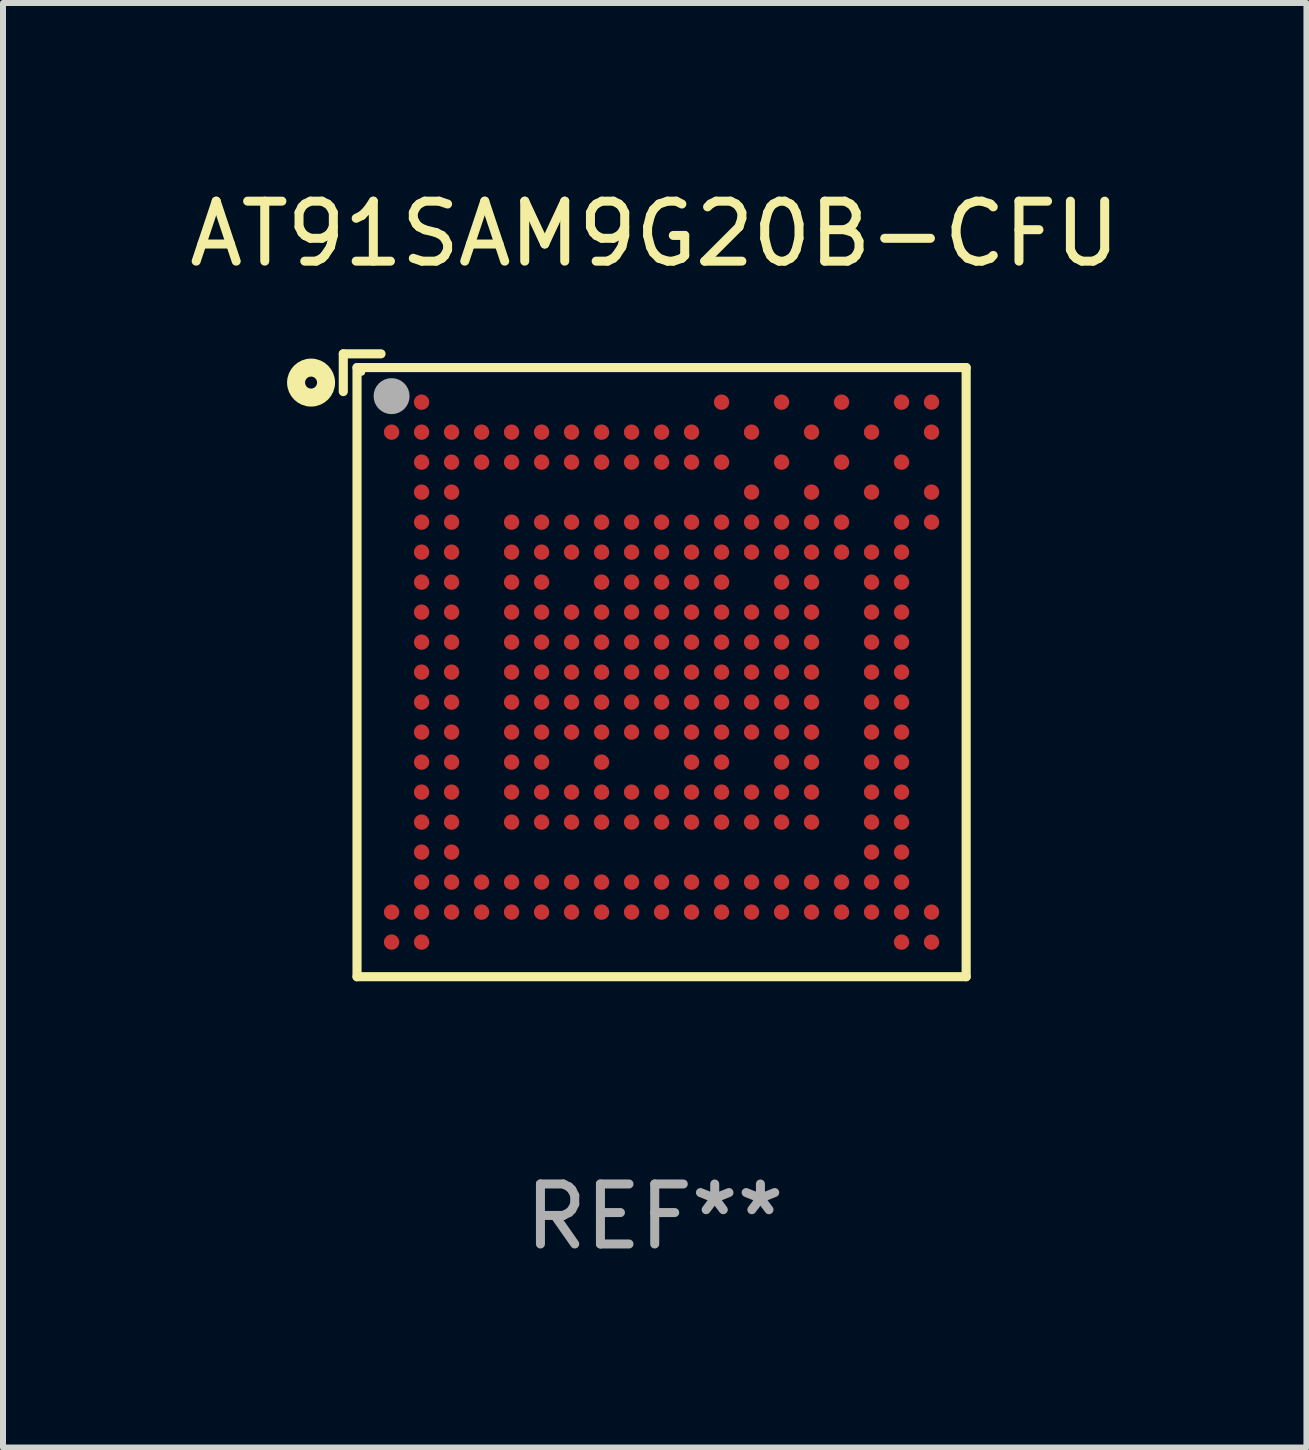
<source format=kicad_pcb>
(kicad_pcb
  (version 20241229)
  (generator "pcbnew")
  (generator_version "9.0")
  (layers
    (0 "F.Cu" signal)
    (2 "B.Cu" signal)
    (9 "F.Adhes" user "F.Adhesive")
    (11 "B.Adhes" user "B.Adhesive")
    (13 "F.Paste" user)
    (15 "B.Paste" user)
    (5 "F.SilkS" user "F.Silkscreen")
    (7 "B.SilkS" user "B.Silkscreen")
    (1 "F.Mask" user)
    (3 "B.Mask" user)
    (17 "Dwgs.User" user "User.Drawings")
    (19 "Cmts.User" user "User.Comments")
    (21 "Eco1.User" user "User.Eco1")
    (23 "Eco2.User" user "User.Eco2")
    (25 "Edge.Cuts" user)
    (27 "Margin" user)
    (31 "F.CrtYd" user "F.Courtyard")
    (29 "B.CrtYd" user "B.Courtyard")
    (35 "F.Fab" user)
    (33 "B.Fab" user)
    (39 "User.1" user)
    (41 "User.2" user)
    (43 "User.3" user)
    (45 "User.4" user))
  (footprint "AT91SAM9G20B-CFU"
    (layer "F.Cu")
    (at 7.863 8.039)
    (property "Reference" "AT91SAM9G20B-CFU" (at 0 -7.191 0) (layer "F.SilkS") (effects (font (size 1 1) (thickness 0.15))))
    (attr through_hole)
    (fp_line (start -5.191 -5.191) (end -4.562 -5.191) (stroke (width 0.152) (type solid)) (layer "F.SilkS"))
    (fp_line (start -5.191 -4.562) (end -5.191 -5.191) (stroke (width 0.152) (type solid)) (layer "F.SilkS"))
    (fp_line (start -4.962 -4.962) (end 5.191 -4.962) (stroke (width 0.152) (type solid)) (layer "F.SilkS"))
    (fp_line (start -4.962 5.191) (end -4.962 -4.962) (stroke (width 0.152) (type solid)) (layer "F.SilkS"))
    (fp_line (start 5.191 -4.962) (end 5.191 5.191) (stroke (width 0.152) (type solid)) (layer "F.SilkS"))
    (fp_line (start 5.191 5.191) (end -4.962 5.191) (stroke (width 0.152) (type solid)) (layer "F.SilkS"))
    (fp_circle (center -5.728 -4.712) (end -5.478 -4.712) (stroke (width 0.3) (type solid)) (fill no) (layer "F.SilkS"))
    (fp_circle (center -4.886 -4.886) (end -4.856 -4.886) (stroke (width 0.06) (type solid)) (fill no) (layer "F.SilkS"))
    (fp_circle (center -4.386 -4.486) (end -4.236 -4.486) (stroke (width 0.3) (type solid)) (fill no) (layer "F.Fab"))
    (fp_text user "REF**" (at 0 9.191 0) (layer "F.Fab") (effects (font (size 1 1) (thickness 0.15))))
    (pad "A1" smd circle (at -4.386 -4.386) (size 0.256 0.256) (layers "F.Cu" "F.Mask" "F.Paste"))
    (pad "A2" smd circle (at -3.886 -4.386) (size 0.256 0.256) (layers "F.Cu" "F.Mask" "F.Paste"))
    (pad "A12" smd circle (at 1.114 -4.386) (size 0.256 0.256) (layers "F.Cu" "F.Mask" "F.Paste"))
    (pad "A14" smd circle (at 2.114 -4.386) (size 0.256 0.256) (layers "F.Cu" "F.Mask" "F.Paste"))
    (pad "A16" smd circle (at 3.114 -4.386) (size 0.256 0.256) (layers "F.Cu" "F.Mask" "F.Paste"))
    (pad "A18" smd circle (at 4.114 -4.386) (size 0.256 0.256) (layers "F.Cu" "F.Mask" "F.Paste"))
    (pad "A19" smd circle (at 4.614 -4.386) (size 0.256 0.256) (layers "F.Cu" "F.Mask" "F.Paste"))
    (pad "B1" smd circle (at -4.386 -3.886) (size 0.256 0.256) (layers "F.Cu" "F.Mask" "F.Paste"))
    (pad "B2" smd circle (at -3.886 -3.886) (size 0.256 0.256) (layers "F.Cu" "F.Mask" "F.Paste"))
    (pad "B3" smd circle (at -3.386 -3.886) (size 0.256 0.256) (layers "F.Cu" "F.Mask" "F.Paste"))
    (pad "B4" smd circle (at -2.886 -3.886) (size 0.256 0.256) (layers "F.Cu" "F.Mask" "F.Paste"))
    (pad "B5" smd circle (at -2.386 -3.886) (size 0.256 0.256) (layers "F.Cu" "F.Mask" "F.Paste"))
    (pad "B6" smd circle (at -1.886 -3.886) (size 0.256 0.256) (layers "F.Cu" "F.Mask" "F.Paste"))
    (pad "B7" smd circle (at -1.386 -3.886) (size 0.256 0.256) (layers "F.Cu" "F.Mask" "F.Paste"))
    (pad "B8" smd circle (at -0.886 -3.886) (size 0.256 0.256) (layers "F.Cu" "F.Mask" "F.Paste"))
    (pad "B9" smd circle (at -0.386 -3.886) (size 0.256 0.256) (layers "F.Cu" "F.Mask" "F.Paste"))
    (pad "B10" smd circle (at 0.114 -3.886) (size 0.256 0.256) (layers "F.Cu" "F.Mask" "F.Paste"))
    (pad "B11" smd circle (at 0.614 -3.886) (size 0.256 0.256) (layers "F.Cu" "F.Mask" "F.Paste"))
    (pad "B13" smd circle (at 1.614 -3.886) (size 0.256 0.256) (layers "F.Cu" "F.Mask" "F.Paste"))
    (pad "B15" smd circle (at 2.614 -3.886) (size 0.256 0.256) (layers "F.Cu" "F.Mask" "F.Paste"))
    (pad "B17" smd circle (at 3.614 -3.886) (size 0.256 0.256) (layers "F.Cu" "F.Mask" "F.Paste"))
    (pad "B19" smd circle (at 4.614 -3.886) (size 0.256 0.256) (layers "F.Cu" "F.Mask" "F.Paste"))
    (pad "C2" smd circle (at -3.886 -3.386) (size 0.256 0.256) (layers "F.Cu" "F.Mask" "F.Paste"))
    (pad "C3" smd circle (at -3.386 -3.386) (size 0.256 0.256) (layers "F.Cu" "F.Mask" "F.Paste"))
    (pad "C4" smd circle (at -2.886 -3.386) (size 0.256 0.256) (layers "F.Cu" "F.Mask" "F.Paste"))
    (pad "C5" smd circle (at -2.386 -3.386) (size 0.256 0.256) (layers "F.Cu" "F.Mask" "F.Paste"))
    (pad "C6" smd circle (at -1.886 -3.386) (size 0.256 0.256) (layers "F.Cu" "F.Mask" "F.Paste"))
    (pad "C7" smd circle (at -1.386 -3.386) (size 0.256 0.256) (layers "F.Cu" "F.Mask" "F.Paste"))
    (pad "C8" smd circle (at -0.886 -3.386) (size 0.256 0.256) (layers "F.Cu" "F.Mask" "F.Paste"))
    (pad "C9" smd circle (at -0.386 -3.386) (size 0.256 0.256) (layers "F.Cu" "F.Mask" "F.Paste"))
    (pad "C10" smd circle (at 0.114 -3.386) (size 0.256 0.256) (layers "F.Cu" "F.Mask" "F.Paste"))
    (pad "C11" smd circle (at 0.614 -3.386) (size 0.256 0.256) (layers "F.Cu" "F.Mask" "F.Paste"))
    (pad "C12" smd circle (at 1.114 -3.386) (size 0.256 0.256) (layers "F.Cu" "F.Mask" "F.Paste"))
    (pad "C14" smd circle (at 2.114 -3.386) (size 0.256 0.256) (layers "F.Cu" "F.Mask" "F.Paste"))
    (pad "C16" smd circle (at 3.114 -3.386) (size 0.256 0.256) (layers "F.Cu" "F.Mask" "F.Paste"))
    (pad "C18" smd circle (at 4.114 -3.386) (size 0.256 0.256) (layers "F.Cu" "F.Mask" "F.Paste"))
    (pad "D2" smd circle (at -3.886 -2.886) (size 0.256 0.256) (layers "F.Cu" "F.Mask" "F.Paste"))
    (pad "D3" smd circle (at -3.386 -2.886) (size 0.256 0.256) (layers "F.Cu" "F.Mask" "F.Paste"))
    (pad "D13" smd circle (at 1.614 -2.886) (size 0.256 0.256) (layers "F.Cu" "F.Mask" "F.Paste"))
    (pad "D15" smd circle (at 2.614 -2.886) (size 0.256 0.256) (layers "F.Cu" "F.Mask" "F.Paste"))
    (pad "D17" smd circle (at 3.614 -2.886) (size 0.256 0.256) (layers "F.Cu" "F.Mask" "F.Paste"))
    (pad "D19" smd circle (at 4.614 -2.886) (size 0.256 0.256) (layers "F.Cu" "F.Mask" "F.Paste"))
    (pad "E2" smd circle (at -3.886 -2.386) (size 0.256 0.256) (layers "F.Cu" "F.Mask" "F.Paste"))
    (pad "E3" smd circle (at -3.386 -2.386) (size 0.256 0.256) (layers "F.Cu" "F.Mask" "F.Paste"))
    (pad "E5" smd circle (at -2.386 -2.386) (size 0.256 0.256) (layers "F.Cu" "F.Mask" "F.Paste"))
    (pad "E6" smd circle (at -1.886 -2.386) (size 0.256 0.256) (layers "F.Cu" "F.Mask" "F.Paste"))
    (pad "E7" smd circle (at -1.386 -2.386) (size 0.256 0.256) (layers "F.Cu" "F.Mask" "F.Paste"))
    (pad "E8" smd circle (at -0.886 -2.386) (size 0.256 0.256) (layers "F.Cu" "F.Mask" "F.Paste"))
    (pad "E9" smd circle (at -0.386 -2.386) (size 0.256 0.256) (layers "F.Cu" "F.Mask" "F.Paste"))
    (pad "E10" smd circle (at 0.114 -2.386) (size 0.256 0.256) (layers "F.Cu" "F.Mask" "F.Paste"))
    (pad "E11" smd circle (at 0.614 -2.386) (size 0.256 0.256) (layers "F.Cu" "F.Mask" "F.Paste"))
    (pad "E12" smd circle (at 1.114 -2.386) (size 0.256 0.256) (layers "F.Cu" "F.Mask" "F.Paste"))
    (pad "E13" smd circle (at 1.614 -2.386) (size 0.256 0.256) (layers "F.Cu" "F.Mask" "F.Paste"))
    (pad "E14" smd circle (at 2.114 -2.386) (size 0.256 0.256) (layers "F.Cu" "F.Mask" "F.Paste"))
    (pad "E15" smd circle (at 2.614 -2.386) (size 0.256 0.256) (layers "F.Cu" "F.Mask" "F.Paste"))
    (pad "E16" smd circle (at 3.114 -2.386) (size 0.256 0.256) (layers "F.Cu" "F.Mask" "F.Paste"))
    (pad "E18" smd circle (at 4.114 -2.386) (size 0.256 0.256) (layers "F.Cu" "F.Mask" "F.Paste"))
    (pad "E19" smd circle (at 4.614 -2.386) (size 0.256 0.256) (layers "F.Cu" "F.Mask" "F.Paste"))
    (pad "F2" smd circle (at -3.886 -1.886) (size 0.256 0.256) (layers "F.Cu" "F.Mask" "F.Paste"))
    (pad "F3" smd circle (at -3.386 -1.886) (size 0.256 0.256) (layers "F.Cu" "F.Mask" "F.Paste"))
    (pad "F5" smd circle (at -2.386 -1.886) (size 0.256 0.256) (layers "F.Cu" "F.Mask" "F.Paste"))
    (pad "F6" smd circle (at -1.886 -1.886) (size 0.256 0.256) (layers "F.Cu" "F.Mask" "F.Paste"))
    (pad "F7" smd circle (at -1.386 -1.886) (size 0.256 0.256) (layers "F.Cu" "F.Mask" "F.Paste"))
    (pad "F8" smd circle (at -0.886 -1.886) (size 0.256 0.256) (layers "F.Cu" "F.Mask" "F.Paste"))
    (pad "F9" smd circle (at -0.386 -1.886) (size 0.256 0.256) (layers "F.Cu" "F.Mask" "F.Paste"))
    (pad "F10" smd circle (at 0.114 -1.886) (size 0.256 0.256) (layers "F.Cu" "F.Mask" "F.Paste"))
    (pad "F11" smd circle (at 0.614 -1.886) (size 0.256 0.256) (layers "F.Cu" "F.Mask" "F.Paste"))
    (pad "F12" smd circle (at 1.114 -1.886) (size 0.256 0.256) (layers "F.Cu" "F.Mask" "F.Paste"))
    (pad "F13" smd circle (at 1.614 -1.886) (size 0.256 0.256) (layers "F.Cu" "F.Mask" "F.Paste"))
    (pad "F14" smd circle (at 2.114 -1.886) (size 0.256 0.256) (layers "F.Cu" "F.Mask" "F.Paste"))
    (pad "F15" smd circle (at 2.614 -1.886) (size 0.256 0.256) (layers "F.Cu" "F.Mask" "F.Paste"))
    (pad "F16" smd circle (at 3.114 -1.886) (size 0.256 0.256) (layers "F.Cu" "F.Mask" "F.Paste"))
    (pad "F17" smd circle (at 3.614 -1.886) (size 0.256 0.256) (layers "F.Cu" "F.Mask" "F.Paste"))
    (pad "F18" smd circle (at 4.114 -1.886) (size 0.256 0.256) (layers "F.Cu" "F.Mask" "F.Paste"))
    (pad "G2" smd circle (at -3.886 -1.386) (size 0.256 0.256) (layers "F.Cu" "F.Mask" "F.Paste"))
    (pad "G3" smd circle (at -3.386 -1.386) (size 0.256 0.256) (layers "F.Cu" "F.Mask" "F.Paste"))
    (pad "G5" smd circle (at -2.386 -1.386) (size 0.256 0.256) (layers "F.Cu" "F.Mask" "F.Paste"))
    (pad "G6" smd circle (at -1.886 -1.386) (size 0.256 0.256) (layers "F.Cu" "F.Mask" "F.Paste"))
    (pad "G8" smd circle (at -0.886 -1.386) (size 0.256 0.256) (layers "F.Cu" "F.Mask" "F.Paste"))
    (pad "G9" smd circle (at -0.386 -1.386) (size 0.256 0.256) (layers "F.Cu" "F.Mask" "F.Paste"))
    (pad "G10" smd circle (at 0.114 -1.386) (size 0.256 0.256) (layers "F.Cu" "F.Mask" "F.Paste"))
    (pad "G11" smd circle (at 0.614 -1.386) (size 0.256 0.256) (layers "F.Cu" "F.Mask" "F.Paste"))
    (pad "G12" smd circle (at 1.114 -1.386) (size 0.256 0.256) (layers "F.Cu" "F.Mask" "F.Paste"))
    (pad "G14" smd circle (at 2.114 -1.386) (size 0.256 0.256) (layers "F.Cu" "F.Mask" "F.Paste"))
    (pad "G15" smd circle (at 2.614 -1.386) (size 0.256 0.256) (layers "F.Cu" "F.Mask" "F.Paste"))
    (pad "G17" smd circle (at 3.614 -1.386) (size 0.256 0.256) (layers "F.Cu" "F.Mask" "F.Paste"))
    (pad "G18" smd circle (at 4.114 -1.386) (size 0.256 0.256) (layers "F.Cu" "F.Mask" "F.Paste"))
    (pad "H2" smd circle (at -3.886 -0.886) (size 0.256 0.256) (layers "F.Cu" "F.Mask" "F.Paste"))
    (pad "H3" smd circle (at -3.386 -0.886) (size 0.256 0.256) (layers "F.Cu" "F.Mask" "F.Paste"))
    (pad "H5" smd circle (at -2.386 -0.886) (size 0.256 0.256) (layers "F.Cu" "F.Mask" "F.Paste"))
    (pad "H6" smd circle (at -1.886 -0.886) (size 0.256 0.256) (layers "F.Cu" "F.Mask" "F.Paste"))
    (pad "H7" smd circle (at -1.386 -0.886) (size 0.256 0.256) (layers "F.Cu" "F.Mask" "F.Paste"))
    (pad "H8" smd circle (at -0.886 -0.886) (size 0.256 0.256) (layers "F.Cu" "F.Mask" "F.Paste"))
    (pad "H9" smd circle (at -0.386 -0.886) (size 0.256 0.256) (layers "F.Cu" "F.Mask" "F.Paste"))
    (pad "H10" smd circle (at 0.114 -0.886) (size 0.256 0.256) (layers "F.Cu" "F.Mask" "F.Paste"))
    (pad "H11" smd circle (at 0.614 -0.886) (size 0.256 0.256) (layers "F.Cu" "F.Mask" "F.Paste"))
    (pad "H12" smd circle (at 1.114 -0.886) (size 0.256 0.256) (layers "F.Cu" "F.Mask" "F.Paste"))
    (pad "H13" smd circle (at 1.614 -0.886) (size 0.256 0.256) (layers "F.Cu" "F.Mask" "F.Paste"))
    (pad "H14" smd circle (at 2.114 -0.886) (size 0.256 0.256) (layers "F.Cu" "F.Mask" "F.Paste"))
    (pad "H15" smd circle (at 2.614 -0.886) (size 0.256 0.256) (layers "F.Cu" "F.Mask" "F.Paste"))
    (pad "H17" smd circle (at 3.614 -0.886) (size 0.256 0.256) (layers "F.Cu" "F.Mask" "F.Paste"))
    (pad "H18" smd circle (at 4.114 -0.886) (size 0.256 0.256) (layers "F.Cu" "F.Mask" "F.Paste"))
    (pad "J2" smd circle (at -3.886 -0.386) (size 0.256 0.256) (layers "F.Cu" "F.Mask" "F.Paste"))
    (pad "J3" smd circle (at -3.386 -0.386) (size 0.256 0.256) (layers "F.Cu" "F.Mask" "F.Paste"))
    (pad "J5" smd circle (at -2.386 -0.386) (size 0.256 0.256) (layers "F.Cu" "F.Mask" "F.Paste"))
    (pad "J6" smd circle (at -1.886 -0.386) (size 0.256 0.256) (layers "F.Cu" "F.Mask" "F.Paste"))
    (pad "J7" smd circle (at -1.386 -0.386) (size 0.256 0.256) (layers "F.Cu" "F.Mask" "F.Paste"))
    (pad "J8" smd circle (at -0.886 -0.386) (size 0.256 0.256) (layers "F.Cu" "F.Mask" "F.Paste"))
    (pad "J9" smd circle (at -0.386 -0.386) (size 0.256 0.256) (layers "F.Cu" "F.Mask" "F.Paste"))
    (pad "J10" smd circle (at 0.114 -0.386) (size 0.256 0.256) (layers "F.Cu" "F.Mask" "F.Paste"))
    (pad "J11" smd circle (at 0.614 -0.386) (size 0.256 0.256) (layers "F.Cu" "F.Mask" "F.Paste"))
    (pad "J12" smd circle (at 1.114 -0.386) (size 0.256 0.256) (layers "F.Cu" "F.Mask" "F.Paste"))
    (pad "J13" smd circle (at 1.614 -0.386) (size 0.256 0.256) (layers "F.Cu" "F.Mask" "F.Paste"))
    (pad "J14" smd circle (at 2.114 -0.386) (size 0.256 0.256) (layers "F.Cu" "F.Mask" "F.Paste"))
    (pad "J15" smd circle (at 2.614 -0.386) (size 0.256 0.256) (layers "F.Cu" "F.Mask" "F.Paste"))
    (pad "J17" smd circle (at 3.614 -0.386) (size 0.256 0.256) (layers "F.Cu" "F.Mask" "F.Paste"))
    (pad "J18" smd circle (at 4.114 -0.386) (size 0.256 0.256) (layers "F.Cu" "F.Mask" "F.Paste"))
    (pad "K2" smd circle (at -3.886 0.114) (size 0.256 0.256) (layers "F.Cu" "F.Mask" "F.Paste"))
    (pad "K3" smd circle (at -3.386 0.114) (size 0.256 0.256) (layers "F.Cu" "F.Mask" "F.Paste"))
    (pad "K5" smd circle (at -2.386 0.114) (size 0.256 0.256) (layers "F.Cu" "F.Mask" "F.Paste"))
    (pad "K6" smd circle (at -1.886 0.114) (size 0.256 0.256) (layers "F.Cu" "F.Mask" "F.Paste"))
    (pad "K7" smd circle (at -1.386 0.114) (size 0.256 0.256) (layers "F.Cu" "F.Mask" "F.Paste"))
    (pad "K8" smd circle (at -0.886 0.114) (size 0.256 0.256) (layers "F.Cu" "F.Mask" "F.Paste"))
    (pad "K9" smd circle (at -0.386 0.114) (size 0.256 0.256) (layers "F.Cu" "F.Mask" "F.Paste"))
    (pad "K10" smd circle (at 0.114 0.114) (size 0.256 0.256) (layers "F.Cu" "F.Mask" "F.Paste"))
    (pad "K11" smd circle (at 0.614 0.114) (size 0.256 0.256) (layers "F.Cu" "F.Mask" "F.Paste"))
    (pad "K12" smd circle (at 1.114 0.114) (size 0.256 0.256) (layers "F.Cu" "F.Mask" "F.Paste"))
    (pad "K13" smd circle (at 1.614 0.114) (size 0.256 0.256) (layers "F.Cu" "F.Mask" "F.Paste"))
    (pad "K14" smd circle (at 2.114 0.114) (size 0.256 0.256) (layers "F.Cu" "F.Mask" "F.Paste"))
    (pad "K15" smd circle (at 2.614 0.114) (size 0.256 0.256) (layers "F.Cu" "F.Mask" "F.Paste"))
    (pad "K17" smd circle (at 3.614 0.114) (size 0.256 0.256) (layers "F.Cu" "F.Mask" "F.Paste"))
    (pad "K18" smd circle (at 4.114 0.114) (size 0.256 0.256) (layers "F.Cu" "F.Mask" "F.Paste"))
    (pad "L2" smd circle (at -3.886 0.614) (size 0.256 0.256) (layers "F.Cu" "F.Mask" "F.Paste"))
    (pad "L3" smd circle (at -3.386 0.614) (size 0.256 0.256) (layers "F.Cu" "F.Mask" "F.Paste"))
    (pad "L5" smd circle (at -2.386 0.614) (size 0.256 0.256) (layers "F.Cu" "F.Mask" "F.Paste"))
    (pad "L6" smd circle (at -1.886 0.614) (size 0.256 0.256) (layers "F.Cu" "F.Mask" "F.Paste"))
    (pad "L7" smd circle (at -1.386 0.614) (size 0.256 0.256) (layers "F.Cu" "F.Mask" "F.Paste"))
    (pad "L8" smd circle (at -0.886 0.614) (size 0.256 0.256) (layers "F.Cu" "F.Mask" "F.Paste"))
    (pad "L9" smd circle (at -0.386 0.614) (size 0.256 0.256) (layers "F.Cu" "F.Mask" "F.Paste"))
    (pad "L10" smd circle (at 0.114 0.614) (size 0.256 0.256) (layers "F.Cu" "F.Mask" "F.Paste"))
    (pad "L11" smd circle (at 0.614 0.614) (size 0.256 0.256) (layers "F.Cu" "F.Mask" "F.Paste"))
    (pad "L12" smd circle (at 1.114 0.614) (size 0.256 0.256) (layers "F.Cu" "F.Mask" "F.Paste"))
    (pad "L13" smd circle (at 1.614 0.614) (size 0.256 0.256) (layers "F.Cu" "F.Mask" "F.Paste"))
    (pad "L14" smd circle (at 2.114 0.614) (size 0.256 0.256) (layers "F.Cu" "F.Mask" "F.Paste"))
    (pad "L15" smd circle (at 2.614 0.614) (size 0.256 0.256) (layers "F.Cu" "F.Mask" "F.Paste"))
    (pad "L17" smd circle (at 3.614 0.614) (size 0.256 0.256) (layers "F.Cu" "F.Mask" "F.Paste"))
    (pad "L18" smd circle (at 4.114 0.614) (size 0.256 0.256) (layers "F.Cu" "F.Mask" "F.Paste"))
    (pad "M2" smd circle (at -3.886 1.114) (size 0.256 0.256) (layers "F.Cu" "F.Mask" "F.Paste"))
    (pad "M3" smd circle (at -3.386 1.114) (size 0.256 0.256) (layers "F.Cu" "F.Mask" "F.Paste"))
    (pad "M5" smd circle (at -2.386 1.114) (size 0.256 0.256) (layers "F.Cu" "F.Mask" "F.Paste"))
    (pad "M6" smd circle (at -1.886 1.114) (size 0.256 0.256) (layers "F.Cu" "F.Mask" "F.Paste"))
    (pad "M7" smd circle (at -1.386 1.114) (size 0.256 0.256) (layers "F.Cu" "F.Mask" "F.Paste"))
    (pad "M8" smd circle (at -0.886 1.114) (size 0.256 0.256) (layers "F.Cu" "F.Mask" "F.Paste"))
    (pad "M9" smd circle (at -0.386 1.114) (size 0.256 0.256) (layers "F.Cu" "F.Mask" "F.Paste"))
    (pad "M10" smd circle (at 0.114 1.114) (size 0.256 0.256) (layers "F.Cu" "F.Mask" "F.Paste"))
    (pad "M11" smd circle (at 0.614 1.114) (size 0.256 0.256) (layers "F.Cu" "F.Mask" "F.Paste"))
    (pad "M12" smd circle (at 1.114 1.114) (size 0.256 0.256) (layers "F.Cu" "F.Mask" "F.Paste"))
    (pad "M13" smd circle (at 1.614 1.114) (size 0.256 0.256) (layers "F.Cu" "F.Mask" "F.Paste"))
    (pad "M14" smd circle (at 2.114 1.114) (size 0.256 0.256) (layers "F.Cu" "F.Mask" "F.Paste"))
    (pad "M15" smd circle (at 2.614 1.114) (size 0.256 0.256) (layers "F.Cu" "F.Mask" "F.Paste"))
    (pad "M17" smd circle (at 3.614 1.114) (size 0.256 0.256) (layers "F.Cu" "F.Mask" "F.Paste"))
    (pad "M18" smd circle (at 4.114 1.114) (size 0.256 0.256) (layers "F.Cu" "F.Mask" "F.Paste"))
    (pad "N2" smd circle (at -3.886 1.614) (size 0.256 0.256) (layers "F.Cu" "F.Mask" "F.Paste"))
    (pad "N3" smd circle (at -3.386 1.614) (size 0.256 0.256) (layers "F.Cu" "F.Mask" "F.Paste"))
    (pad "N5" smd circle (at -2.386 1.614) (size 0.256 0.256) (layers "F.Cu" "F.Mask" "F.Paste"))
    (pad "N6" smd circle (at -1.886 1.614) (size 0.256 0.256) (layers "F.Cu" "F.Mask" "F.Paste"))
    (pad "N8" smd circle (at -0.886 1.614) (size 0.256 0.256) (layers "F.Cu" "F.Mask" "F.Paste"))
    (pad "N11" smd circle (at 0.614 1.614) (size 0.256 0.256) (layers "F.Cu" "F.Mask" "F.Paste"))
    (pad "N12" smd circle (at 1.114 1.614) (size 0.256 0.256) (layers "F.Cu" "F.Mask" "F.Paste"))
    (pad "N14" smd circle (at 2.114 1.614) (size 0.256 0.256) (layers "F.Cu" "F.Mask" "F.Paste"))
    (pad "N15" smd circle (at 2.614 1.614) (size 0.256 0.256) (layers "F.Cu" "F.Mask" "F.Paste"))
    (pad "N17" smd circle (at 3.614 1.614) (size 0.256 0.256) (layers "F.Cu" "F.Mask" "F.Paste"))
    (pad "N18" smd circle (at 4.114 1.614) (size 0.256 0.256) (layers "F.Cu" "F.Mask" "F.Paste"))
    (pad "P2" smd circle (at -3.886 2.114) (size 0.256 0.256) (layers "F.Cu" "F.Mask" "F.Paste"))
    (pad "P3" smd circle (at -3.386 2.114) (size 0.256 0.256) (layers "F.Cu" "F.Mask" "F.Paste"))
    (pad "P5" smd circle (at -2.386 2.114) (size 0.256 0.256) (layers "F.Cu" "F.Mask" "F.Paste"))
    (pad "P6" smd circle (at -1.886 2.114) (size 0.256 0.256) (layers "F.Cu" "F.Mask" "F.Paste"))
    (pad "P7" smd circle (at -1.386 2.114) (size 0.256 0.256) (layers "F.Cu" "F.Mask" "F.Paste"))
    (pad "P8" smd circle (at -0.886 2.114) (size 0.256 0.256) (layers "F.Cu" "F.Mask" "F.Paste"))
    (pad "P9" smd circle (at -0.386 2.114) (size 0.256 0.256) (layers "F.Cu" "F.Mask" "F.Paste"))
    (pad "P10" smd circle (at 0.114 2.114) (size 0.256 0.256) (layers "F.Cu" "F.Mask" "F.Paste"))
    (pad "P11" smd circle (at 0.614 2.114) (size 0.256 0.256) (layers "F.Cu" "F.Mask" "F.Paste"))
    (pad "P12" smd circle (at 1.114 2.114) (size 0.256 0.256) (layers "F.Cu" "F.Mask" "F.Paste"))
    (pad "P13" smd circle (at 1.614 2.114) (size 0.256 0.256) (layers "F.Cu" "F.Mask" "F.Paste"))
    (pad "P14" smd circle (at 2.114 2.114) (size 0.256 0.256) (layers "F.Cu" "F.Mask" "F.Paste"))
    (pad "P15" smd circle (at 2.614 2.114) (size 0.256 0.256) (layers "F.Cu" "F.Mask" "F.Paste"))
    (pad "P17" smd circle (at 3.614 2.114) (size 0.256 0.256) (layers "F.Cu" "F.Mask" "F.Paste"))
    (pad "P18" smd circle (at 4.114 2.114) (size 0.256 0.256) (layers "F.Cu" "F.Mask" "F.Paste"))
    (pad "R2" smd circle (at -3.886 2.614) (size 0.256 0.256) (layers "F.Cu" "F.Mask" "F.Paste"))
    (pad "R3" smd circle (at -3.386 2.614) (size 0.256 0.256) (layers "F.Cu" "F.Mask" "F.Paste"))
    (pad "R5" smd circle (at -2.386 2.614) (size 0.256 0.256) (layers "F.Cu" "F.Mask" "F.Paste"))
    (pad "R6" smd circle (at -1.886 2.614) (size 0.256 0.256) (layers "F.Cu" "F.Mask" "F.Paste"))
    (pad "R7" smd circle (at -1.386 2.614) (size 0.256 0.256) (layers "F.Cu" "F.Mask" "F.Paste"))
    (pad "R8" smd circle (at -0.886 2.614) (size 0.256 0.256) (layers "F.Cu" "F.Mask" "F.Paste"))
    (pad "R9" smd circle (at -0.386 2.614) (size 0.256 0.256) (layers "F.Cu" "F.Mask" "F.Paste"))
    (pad "R10" smd circle (at 0.114 2.614) (size 0.256 0.256) (layers "F.Cu" "F.Mask" "F.Paste"))
    (pad "R11" smd circle (at 0.614 2.614) (size 0.256 0.256) (layers "F.Cu" "F.Mask" "F.Paste"))
    (pad "R12" smd circle (at 1.114 2.614) (size 0.256 0.256) (layers "F.Cu" "F.Mask" "F.Paste"))
    (pad "R13" smd circle (at 1.614 2.614) (size 0.256 0.256) (layers "F.Cu" "F.Mask" "F.Paste"))
    (pad "R14" smd circle (at 2.114 2.614) (size 0.256 0.256) (layers "F.Cu" "F.Mask" "F.Paste"))
    (pad "R15" smd circle (at 2.614 2.614) (size 0.256 0.256) (layers "F.Cu" "F.Mask" "F.Paste"))
    (pad "R17" smd circle (at 3.614 2.614) (size 0.256 0.256) (layers "F.Cu" "F.Mask" "F.Paste"))
    (pad "R18" smd circle (at 4.114 2.614) (size 0.256 0.256) (layers "F.Cu" "F.Mask" "F.Paste"))
    (pad "T2" smd circle (at -3.886 3.114) (size 0.256 0.256) (layers "F.Cu" "F.Mask" "F.Paste"))
    (pad "T3" smd circle (at -3.386 3.114) (size 0.256 0.256) (layers "F.Cu" "F.Mask" "F.Paste"))
    (pad "T17" smd circle (at 3.614 3.114) (size 0.256 0.256) (layers "F.Cu" "F.Mask" "F.Paste"))
    (pad "T18" smd circle (at 4.114 3.114) (size 0.256 0.256) (layers "F.Cu" "F.Mask" "F.Paste"))
    (pad "U2" smd circle (at -3.886 3.614) (size 0.256 0.256) (layers "F.Cu" "F.Mask" "F.Paste"))
    (pad "U3" smd circle (at -3.386 3.614) (size 0.256 0.256) (layers "F.Cu" "F.Mask" "F.Paste"))
    (pad "U4" smd circle (at -2.886 3.614) (size 0.256 0.256) (layers "F.Cu" "F.Mask" "F.Paste"))
    (pad "U5" smd circle (at -2.386 3.614) (size 0.256 0.256) (layers "F.Cu" "F.Mask" "F.Paste"))
    (pad "U6" smd circle (at -1.886 3.614) (size 0.256 0.256) (layers "F.Cu" "F.Mask" "F.Paste"))
    (pad "U7" smd circle (at -1.386 3.614) (size 0.256 0.256) (layers "F.Cu" "F.Mask" "F.Paste"))
    (pad "U8" smd circle (at -0.886 3.614) (size 0.256 0.256) (layers "F.Cu" "F.Mask" "F.Paste"))
    (pad "U9" smd circle (at -0.386 3.614) (size 0.256 0.256) (layers "F.Cu" "F.Mask" "F.Paste"))
    (pad "U10" smd circle (at 0.114 3.614) (size 0.256 0.256) (layers "F.Cu" "F.Mask" "F.Paste"))
    (pad "U11" smd circle (at 0.614 3.614) (size 0.256 0.256) (layers "F.Cu" "F.Mask" "F.Paste"))
    (pad "U12" smd circle (at 1.114 3.614) (size 0.256 0.256) (layers "F.Cu" "F.Mask" "F.Paste"))
    (pad "U13" smd circle (at 1.614 3.614) (size 0.256 0.256) (layers "F.Cu" "F.Mask" "F.Paste"))
    (pad "U14" smd circle (at 2.114 3.614) (size 0.256 0.256) (layers "F.Cu" "F.Mask" "F.Paste"))
    (pad "U15" smd circle (at 2.614 3.614) (size 0.256 0.256) (layers "F.Cu" "F.Mask" "F.Paste"))
    (pad "U16" smd circle (at 3.114 3.614) (size 0.256 0.256) (layers "F.Cu" "F.Mask" "F.Paste"))
    (pad "U17" smd circle (at 3.614 3.614) (size 0.256 0.256) (layers "F.Cu" "F.Mask" "F.Paste"))
    (pad "U18" smd circle (at 4.114 3.614) (size 0.256 0.256) (layers "F.Cu" "F.Mask" "F.Paste"))
    (pad "V1" smd circle (at -4.386 4.114) (size 0.256 0.256) (layers "F.Cu" "F.Mask" "F.Paste"))
    (pad "V2" smd circle (at -3.886 4.114) (size 0.256 0.256) (layers "F.Cu" "F.Mask" "F.Paste"))
    (pad "V3" smd circle (at -3.386 4.114) (size 0.256 0.256) (layers "F.Cu" "F.Mask" "F.Paste"))
    (pad "V4" smd circle (at -2.886 4.114) (size 0.256 0.256) (layers "F.Cu" "F.Mask" "F.Paste"))
    (pad "V5" smd circle (at -2.386 4.114) (size 0.256 0.256) (layers "F.Cu" "F.Mask" "F.Paste"))
    (pad "V6" smd circle (at -1.886 4.114) (size 0.256 0.256) (layers "F.Cu" "F.Mask" "F.Paste"))
    (pad "V7" smd circle (at -1.386 4.114) (size 0.256 0.256) (layers "F.Cu" "F.Mask" "F.Paste"))
    (pad "V8" smd circle (at -0.886 4.114) (size 0.256 0.256) (layers "F.Cu" "F.Mask" "F.Paste"))
    (pad "V9" smd circle (at -0.386 4.114) (size 0.256 0.256) (layers "F.Cu" "F.Mask" "F.Paste"))
    (pad "V10" smd circle (at 0.114 4.114) (size 0.256 0.256) (layers "F.Cu" "F.Mask" "F.Paste"))
    (pad "V11" smd circle (at 0.614 4.114) (size 0.256 0.256) (layers "F.Cu" "F.Mask" "F.Paste"))
    (pad "V12" smd circle (at 1.114 4.114) (size 0.256 0.256) (layers "F.Cu" "F.Mask" "F.Paste"))
    (pad "V13" smd circle (at 1.614 4.114) (size 0.256 0.256) (layers "F.Cu" "F.Mask" "F.Paste"))
    (pad "V14" smd circle (at 2.114 4.114) (size 0.256 0.256) (layers "F.Cu" "F.Mask" "F.Paste"))
    (pad "V15" smd circle (at 2.614 4.114) (size 0.256 0.256) (layers "F.Cu" "F.Mask" "F.Paste"))
    (pad "V16" smd circle (at 3.114 4.114) (size 0.256 0.256) (layers "F.Cu" "F.Mask" "F.Paste"))
    (pad "V17" smd circle (at 3.614 4.114) (size 0.256 0.256) (layers "F.Cu" "F.Mask" "F.Paste"))
    (pad "V18" smd circle (at 4.114 4.114) (size 0.256 0.256) (layers "F.Cu" "F.Mask" "F.Paste"))
    (pad "V19" smd circle (at 4.614 4.114) (size 0.256 0.256) (layers "F.Cu" "F.Mask" "F.Paste"))
    (pad "W1" smd circle (at -4.386 4.614) (size 0.256 0.256) (layers "F.Cu" "F.Mask" "F.Paste"))
    (pad "W2" smd circle (at -3.886 4.614) (size 0.256 0.256) (layers "F.Cu" "F.Mask" "F.Paste"))
    (pad "W18" smd circle (at 4.114 4.614) (size 0.256 0.256) (layers "F.Cu" "F.Mask" "F.Paste"))
    (pad "W19" smd circle (at 4.614 4.614) (size 0.256 0.256) (layers "F.Cu" "F.Mask" "F.Paste")))
  (gr_rect
    (start -3 -3)
    (end 18.726 21.078)
    (stroke (width 0.1) (type default))
    (fill no)
    (layer "Edge.Cuts")))
</source>
